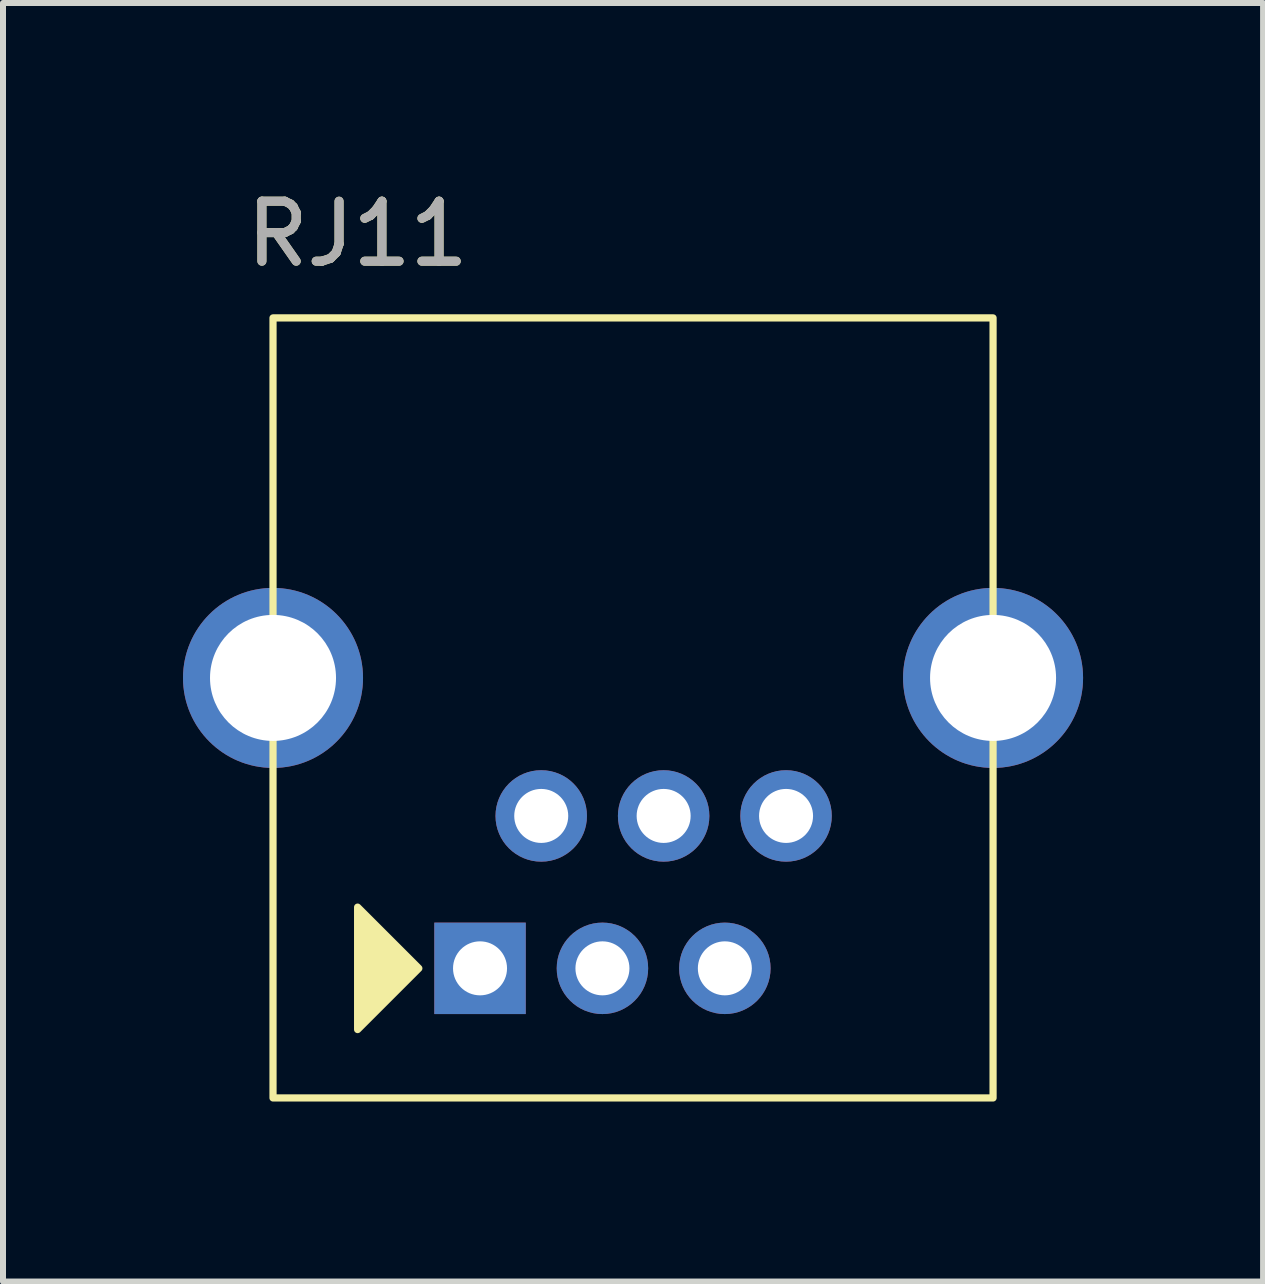
<source format=kicad_pcb>
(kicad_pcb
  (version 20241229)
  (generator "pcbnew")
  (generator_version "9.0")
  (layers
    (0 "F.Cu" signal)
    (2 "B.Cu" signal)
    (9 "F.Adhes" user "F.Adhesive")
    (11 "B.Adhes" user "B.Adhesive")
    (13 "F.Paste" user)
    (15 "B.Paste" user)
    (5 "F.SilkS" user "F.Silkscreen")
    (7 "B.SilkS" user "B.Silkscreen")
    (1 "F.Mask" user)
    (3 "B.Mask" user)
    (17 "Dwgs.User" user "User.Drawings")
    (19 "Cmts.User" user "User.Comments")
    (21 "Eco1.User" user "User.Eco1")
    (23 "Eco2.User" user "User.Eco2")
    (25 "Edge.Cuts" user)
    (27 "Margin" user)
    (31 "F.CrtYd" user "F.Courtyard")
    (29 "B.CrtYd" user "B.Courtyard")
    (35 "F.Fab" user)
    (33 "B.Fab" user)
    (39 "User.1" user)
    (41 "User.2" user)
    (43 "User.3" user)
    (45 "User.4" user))
  (footprint "RJ11"
    (layer "F.Cu")
    (at 4.95 13.088)
    (property "Reference" "RJ11" (at -2.04 -12.24 0) (unlocked yes) (layer "F.SilkS") (effects (font (size 1 1) (thickness 0.15))))
    (attr through_hole)
    (fp_rect (start -3.45 -10.84) (end 8.55 2.16) (stroke (width 0.12) (type solid)) (fill no) (layer "F.SilkS"))
    (fp_poly (pts (xy -1.02 0) (xy -2.04 1.02) (xy -2.04 -1.02)) (stroke (width 0.12) (type solid)) (fill yes) (layer "F.SilkS"))
    (fp_text user "${REFERENCE}" (at -2.04 -12.24 0) (unlocked yes) (layer "F.Fab") (effects (font (size 1 1) (thickness 0.15))))
    (pad "" np_thru_hole circle (at -3.45 -4.84) (size 3 3) (drill 2.1) (layers "*.Cu" "*.Mask"))
    (pad "" np_thru_hole circle (at 8.55 -4.84) (size 3 3) (drill 2.1) (layers "*.Cu" "*.Mask"))
    (pad "1" thru_hole rect (at 0 0) (size 1.524 1.524) (drill 0.9) (layers "*.Cu" "*.Mask"))
    (pad "2" thru_hole circle (at 1.02 -2.54) (size 1.524 1.524) (drill 0.9) (layers "*.Cu" "*.Mask"))
    (pad "3" thru_hole circle (at 2.04 0) (size 1.524 1.524) (drill 0.9) (layers "*.Cu" "*.Mask"))
    (pad "4" thru_hole circle (at 3.06 -2.54) (size 1.524 1.524) (drill 0.9) (layers "*.Cu" "*.Mask"))
    (pad "5" thru_hole circle (at 4.08 0) (size 1.524 1.524) (drill 0.9) (layers "*.Cu" "*.Mask"))
    (pad "6" thru_hole circle (at 5.1 -2.54) (size 1.524 1.524) (drill 0.9) (layers "*.Cu" "*.Mask")))
  (gr_rect
    (start -3 -3)
    (end 18 18.308)
    (stroke (width 0.1) (type default))
    (fill no)
    (layer "Edge.Cuts")))
</source>
